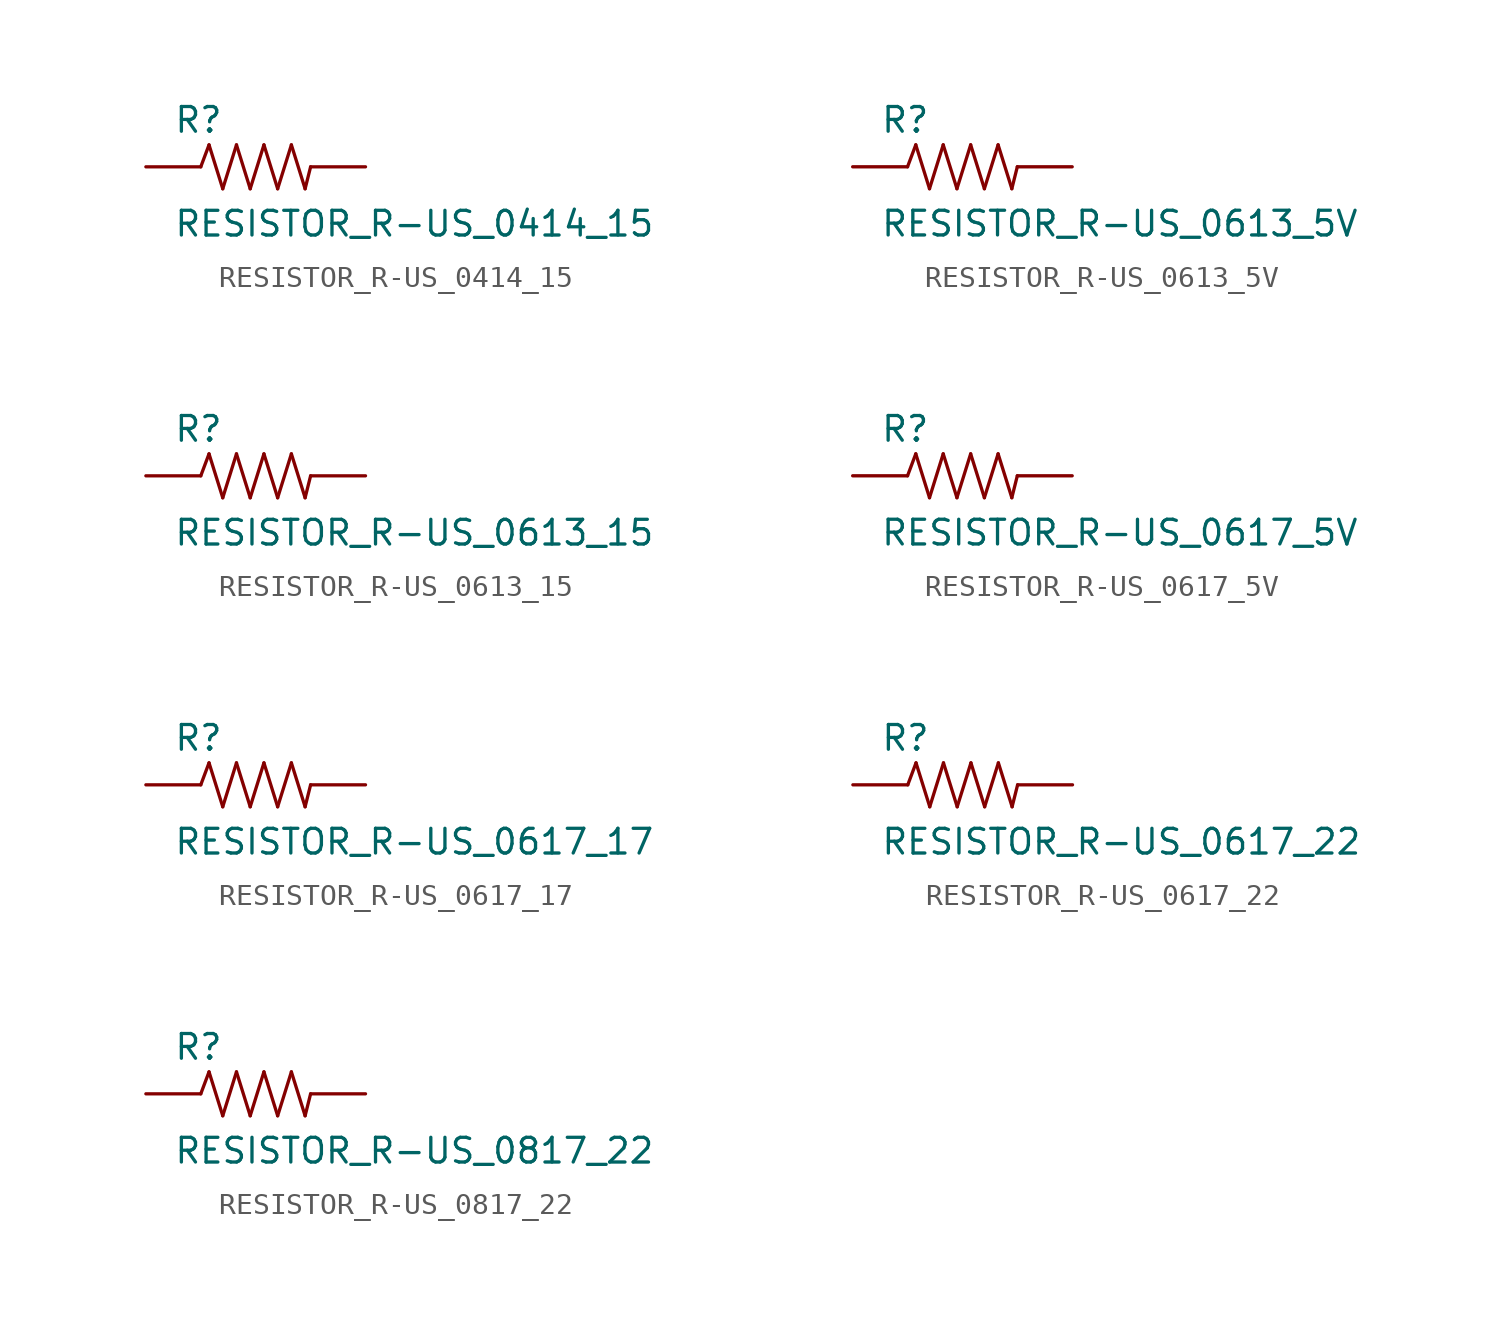
<source format=kicad_sym>
(kicad_symbol_lib
  (version 20210619)
  (generator kicad_symbol_editor)
  (symbol "RESISTOR_R-US_0414_15"
    (pin_numbers hide)
    (pin_names
      (offset 1.016) hide)
    (property "Reference" "R"
      (at -3.81 1.499 0)
      (effects (font (size 1.143 1.143)) (justify left bottom)))
    (property "Value" "RESISTOR_R-US_0414_15"
      (at -3.81 -3.302 0)
      (effects (font (size 1.143 1.143)) (justify left bottom)))
    (property "ki_locked" ""
      (at 0 0 0)
      (effects (font (size 1.27 1.27))))
    (symbol "RESISTOR_R-US_0414_15_1_0"
      (polyline (pts (xy -2.54 0) (xy -2.159 1.016)) (stroke (width 0)) (fill (type none)))
      (polyline (pts (xy -2.159 1.016) (xy -1.524 -1.016)) (stroke (width 0)) (fill (type none)))
      (polyline (pts (xy -1.524 -1.016) (xy -0.889 1.016)) (stroke (width 0)) (fill (type none)))
      (polyline (pts (xy -0.889 1.016) (xy -0.254 -1.016)) (stroke (width 0)) (fill (type none)))
      (polyline (pts (xy -0.254 -1.016) (xy 0.381 1.016)) (stroke (width 0)) (fill (type none)))
      (polyline (pts (xy 0.381 1.016) (xy 1.016 -1.016)) (stroke (width 0)) (fill (type none)))
      (polyline (pts (xy 1.016 -1.016) (xy 1.651 1.016)) (stroke (width 0)) (fill (type none)))
      (polyline (pts (xy 1.651 1.016) (xy 2.286 -1.016)) (stroke (width 0)) (fill (type none)))
      (polyline (pts (xy 2.286 -1.016) (xy 2.54 0)) (stroke (width 0)) (fill (type none))))
    (symbol "RESISTOR_R-US_0414_15_1_1"
      (pin passive line (at -5.08 0 0) (length 2.54) (name "1" (effects (font (size 1.016 1.016)))) (number "1" (effects (font (size 1.016 1.016)))))
      (pin passive line (at 5.08 0 180) (length 2.54) (name "2" (effects (font (size 1.016 1.016)))) (number "2" (effects (font (size 1.016 1.016)))))))
  (symbol "RESISTOR_R-US_0613_5V"
    (pin_numbers hide)
    (pin_names
      (offset 1.016) hide)
    (property "Reference" "R"
      (at -3.81 1.499 0)
      (effects (font (size 1.143 1.143)) (justify left bottom)))
    (property "Value" "RESISTOR_R-US_0613_5V"
      (at -3.81 -3.302 0)
      (effects (font (size 1.143 1.143)) (justify left bottom)))
    (property "ki_locked" ""
      (at 0 0 0)
      (effects (font (size 1.27 1.27))))
    (symbol "RESISTOR_R-US_0613_5V_1_0"
      (polyline (pts (xy -2.54 0) (xy -2.159 1.016)) (stroke (width 0)) (fill (type none)))
      (polyline (pts (xy -2.159 1.016) (xy -1.524 -1.016)) (stroke (width 0)) (fill (type none)))
      (polyline (pts (xy -1.524 -1.016) (xy -0.889 1.016)) (stroke (width 0)) (fill (type none)))
      (polyline (pts (xy -0.889 1.016) (xy -0.254 -1.016)) (stroke (width 0)) (fill (type none)))
      (polyline (pts (xy -0.254 -1.016) (xy 0.381 1.016)) (stroke (width 0)) (fill (type none)))
      (polyline (pts (xy 0.381 1.016) (xy 1.016 -1.016)) (stroke (width 0)) (fill (type none)))
      (polyline (pts (xy 1.016 -1.016) (xy 1.651 1.016)) (stroke (width 0)) (fill (type none)))
      (polyline (pts (xy 1.651 1.016) (xy 2.286 -1.016)) (stroke (width 0)) (fill (type none)))
      (polyline (pts (xy 2.286 -1.016) (xy 2.54 0)) (stroke (width 0)) (fill (type none))))
    (symbol "RESISTOR_R-US_0613_5V_1_1"
      (pin passive line (at -5.08 0 0) (length 2.54) (name "1" (effects (font (size 1.016 1.016)))) (number "1" (effects (font (size 1.016 1.016)))))
      (pin passive line (at 5.08 0 180) (length 2.54) (name "2" (effects (font (size 1.016 1.016)))) (number "2" (effects (font (size 1.016 1.016)))))))
  (symbol "RESISTOR_R-US_0613_15"
    (pin_numbers hide)
    (pin_names
      (offset 1.016) hide)
    (property "Reference" "R"
      (at -3.81 1.499 0)
      (effects (font (size 1.143 1.143)) (justify left bottom)))
    (property "Value" "RESISTOR_R-US_0613_15"
      (at -3.81 -3.302 0)
      (effects (font (size 1.143 1.143)) (justify left bottom)))
    (property "ki_locked" ""
      (at 0 0 0)
      (effects (font (size 1.27 1.27))))
    (symbol "RESISTOR_R-US_0613_15_1_0"
      (polyline (pts (xy -2.54 0) (xy -2.159 1.016)) (stroke (width 0)) (fill (type none)))
      (polyline (pts (xy -2.159 1.016) (xy -1.524 -1.016)) (stroke (width 0)) (fill (type none)))
      (polyline (pts (xy -1.524 -1.016) (xy -0.889 1.016)) (stroke (width 0)) (fill (type none)))
      (polyline (pts (xy -0.889 1.016) (xy -0.254 -1.016)) (stroke (width 0)) (fill (type none)))
      (polyline (pts (xy -0.254 -1.016) (xy 0.381 1.016)) (stroke (width 0)) (fill (type none)))
      (polyline (pts (xy 0.381 1.016) (xy 1.016 -1.016)) (stroke (width 0)) (fill (type none)))
      (polyline (pts (xy 1.016 -1.016) (xy 1.651 1.016)) (stroke (width 0)) (fill (type none)))
      (polyline (pts (xy 1.651 1.016) (xy 2.286 -1.016)) (stroke (width 0)) (fill (type none)))
      (polyline (pts (xy 2.286 -1.016) (xy 2.54 0)) (stroke (width 0)) (fill (type none))))
    (symbol "RESISTOR_R-US_0613_15_1_1"
      (pin passive line (at -5.08 0 0) (length 2.54) (name "1" (effects (font (size 1.016 1.016)))) (number "1" (effects (font (size 1.016 1.016)))))
      (pin passive line (at 5.08 0 180) (length 2.54) (name "2" (effects (font (size 1.016 1.016)))) (number "2" (effects (font (size 1.016 1.016)))))))
  (symbol "RESISTOR_R-US_0617_5V"
    (pin_numbers hide)
    (pin_names
      (offset 1.016) hide)
    (property "Reference" "R"
      (at -3.81 1.499 0)
      (effects (font (size 1.143 1.143)) (justify left bottom)))
    (property "Value" "RESISTOR_R-US_0617_5V"
      (at -3.81 -3.302 0)
      (effects (font (size 1.143 1.143)) (justify left bottom)))
    (property "ki_locked" ""
      (at 0 0 0)
      (effects (font (size 1.27 1.27))))
    (symbol "RESISTOR_R-US_0617_5V_1_0"
      (polyline (pts (xy -2.54 0) (xy -2.159 1.016)) (stroke (width 0)) (fill (type none)))
      (polyline (pts (xy -2.159 1.016) (xy -1.524 -1.016)) (stroke (width 0)) (fill (type none)))
      (polyline (pts (xy -1.524 -1.016) (xy -0.889 1.016)) (stroke (width 0)) (fill (type none)))
      (polyline (pts (xy -0.889 1.016) (xy -0.254 -1.016)) (stroke (width 0)) (fill (type none)))
      (polyline (pts (xy -0.254 -1.016) (xy 0.381 1.016)) (stroke (width 0)) (fill (type none)))
      (polyline (pts (xy 0.381 1.016) (xy 1.016 -1.016)) (stroke (width 0)) (fill (type none)))
      (polyline (pts (xy 1.016 -1.016) (xy 1.651 1.016)) (stroke (width 0)) (fill (type none)))
      (polyline (pts (xy 1.651 1.016) (xy 2.286 -1.016)) (stroke (width 0)) (fill (type none)))
      (polyline (pts (xy 2.286 -1.016) (xy 2.54 0)) (stroke (width 0)) (fill (type none))))
    (symbol "RESISTOR_R-US_0617_5V_1_1"
      (pin passive line (at -5.08 0 0) (length 2.54) (name "1" (effects (font (size 1.016 1.016)))) (number "1" (effects (font (size 1.016 1.016)))))
      (pin passive line (at 5.08 0 180) (length 2.54) (name "2" (effects (font (size 1.016 1.016)))) (number "2" (effects (font (size 1.016 1.016)))))))
  (symbol "RESISTOR_R-US_0617_17"
    (pin_numbers hide)
    (pin_names
      (offset 1.016) hide)
    (property "Reference" "R"
      (at -3.81 1.499 0)
      (effects (font (size 1.143 1.143)) (justify left bottom)))
    (property "Value" "RESISTOR_R-US_0617_17"
      (at -3.81 -3.302 0)
      (effects (font (size 1.143 1.143)) (justify left bottom)))
    (property "ki_locked" ""
      (at 0 0 0)
      (effects (font (size 1.27 1.27))))
    (symbol "RESISTOR_R-US_0617_17_1_0"
      (polyline (pts (xy -2.54 0) (xy -2.159 1.016)) (stroke (width 0)) (fill (type none)))
      (polyline (pts (xy -2.159 1.016) (xy -1.524 -1.016)) (stroke (width 0)) (fill (type none)))
      (polyline (pts (xy -1.524 -1.016) (xy -0.889 1.016)) (stroke (width 0)) (fill (type none)))
      (polyline (pts (xy -0.889 1.016) (xy -0.254 -1.016)) (stroke (width 0)) (fill (type none)))
      (polyline (pts (xy -0.254 -1.016) (xy 0.381 1.016)) (stroke (width 0)) (fill (type none)))
      (polyline (pts (xy 0.381 1.016) (xy 1.016 -1.016)) (stroke (width 0)) (fill (type none)))
      (polyline (pts (xy 1.016 -1.016) (xy 1.651 1.016)) (stroke (width 0)) (fill (type none)))
      (polyline (pts (xy 1.651 1.016) (xy 2.286 -1.016)) (stroke (width 0)) (fill (type none)))
      (polyline (pts (xy 2.286 -1.016) (xy 2.54 0)) (stroke (width 0)) (fill (type none))))
    (symbol "RESISTOR_R-US_0617_17_1_1"
      (pin passive line (at -5.08 0 0) (length 2.54) (name "1" (effects (font (size 1.016 1.016)))) (number "1" (effects (font (size 1.016 1.016)))))
      (pin passive line (at 5.08 0 180) (length 2.54) (name "2" (effects (font (size 1.016 1.016)))) (number "2" (effects (font (size 1.016 1.016)))))))
  (symbol "RESISTOR_R-US_0617_22"
    (pin_numbers hide)
    (pin_names
      (offset 1.016) hide)
    (property "Reference" "R"
      (at -3.81 1.499 0)
      (effects (font (size 1.143 1.143)) (justify left bottom)))
    (property "Value" "RESISTOR_R-US_0617_22"
      (at -3.81 -3.302 0)
      (effects (font (size 1.143 1.143)) (justify left bottom)))
    (property "ki_locked" ""
      (at 0 0 0)
      (effects (font (size 1.27 1.27))))
    (symbol "RESISTOR_R-US_0617_22_1_0"
      (polyline (pts (xy -2.54 0) (xy -2.159 1.016)) (stroke (width 0)) (fill (type none)))
      (polyline (pts (xy -2.159 1.016) (xy -1.524 -1.016)) (stroke (width 0)) (fill (type none)))
      (polyline (pts (xy -1.524 -1.016) (xy -0.889 1.016)) (stroke (width 0)) (fill (type none)))
      (polyline (pts (xy -0.889 1.016) (xy -0.254 -1.016)) (stroke (width 0)) (fill (type none)))
      (polyline (pts (xy -0.254 -1.016) (xy 0.381 1.016)) (stroke (width 0)) (fill (type none)))
      (polyline (pts (xy 0.381 1.016) (xy 1.016 -1.016)) (stroke (width 0)) (fill (type none)))
      (polyline (pts (xy 1.016 -1.016) (xy 1.651 1.016)) (stroke (width 0)) (fill (type none)))
      (polyline (pts (xy 1.651 1.016) (xy 2.286 -1.016)) (stroke (width 0)) (fill (type none)))
      (polyline (pts (xy 2.286 -1.016) (xy 2.54 0)) (stroke (width 0)) (fill (type none))))
    (symbol "RESISTOR_R-US_0617_22_1_1"
      (pin passive line (at -5.08 0 0) (length 2.54) (name "1" (effects (font (size 1.016 1.016)))) (number "1" (effects (font (size 1.016 1.016)))))
      (pin passive line (at 5.08 0 180) (length 2.54) (name "2" (effects (font (size 1.016 1.016)))) (number "2" (effects (font (size 1.016 1.016)))))))
  (symbol "RESISTOR_R-US_0817_22"
    (pin_numbers hide)
    (pin_names
      (offset 1.016) hide)
    (property "Reference" "R"
      (at -3.81 1.499 0)
      (effects (font (size 1.143 1.143)) (justify left bottom)))
    (property "Value" "RESISTOR_R-US_0817_22"
      (at -3.81 -3.302 0)
      (effects (font (size 1.143 1.143)) (justify left bottom)))
    (property "ki_locked" ""
      (at 0 0 0)
      (effects (font (size 1.27 1.27))))
    (symbol "RESISTOR_R-US_0817_22_1_0"
      (polyline (pts (xy -2.54 0) (xy -2.159 1.016)) (stroke (width 0)) (fill (type none)))
      (polyline (pts (xy -2.159 1.016) (xy -1.524 -1.016)) (stroke (width 0)) (fill (type none)))
      (polyline (pts (xy -1.524 -1.016) (xy -0.889 1.016)) (stroke (width 0)) (fill (type none)))
      (polyline (pts (xy -0.889 1.016) (xy -0.254 -1.016)) (stroke (width 0)) (fill (type none)))
      (polyline (pts (xy -0.254 -1.016) (xy 0.381 1.016)) (stroke (width 0)) (fill (type none)))
      (polyline (pts (xy 0.381 1.016) (xy 1.016 -1.016)) (stroke (width 0)) (fill (type none)))
      (polyline (pts (xy 1.016 -1.016) (xy 1.651 1.016)) (stroke (width 0)) (fill (type none)))
      (polyline (pts (xy 1.651 1.016) (xy 2.286 -1.016)) (stroke (width 0)) (fill (type none)))
      (polyline (pts (xy 2.286 -1.016) (xy 2.54 0)) (stroke (width 0)) (fill (type none))))
    (symbol "RESISTOR_R-US_0817_22_1_1"
      (pin passive line (at -5.08 0 0) (length 2.54) (name "1" (effects (font (size 1.016 1.016)))) (number "1" (effects (font (size 1.016 1.016)))))
      (pin passive line (at 5.08 0 180) (length 2.54) (name "2" (effects (font (size 1.016 1.016)))) (number "2" (effects (font (size 1.016 1.016))))))))
</source>
